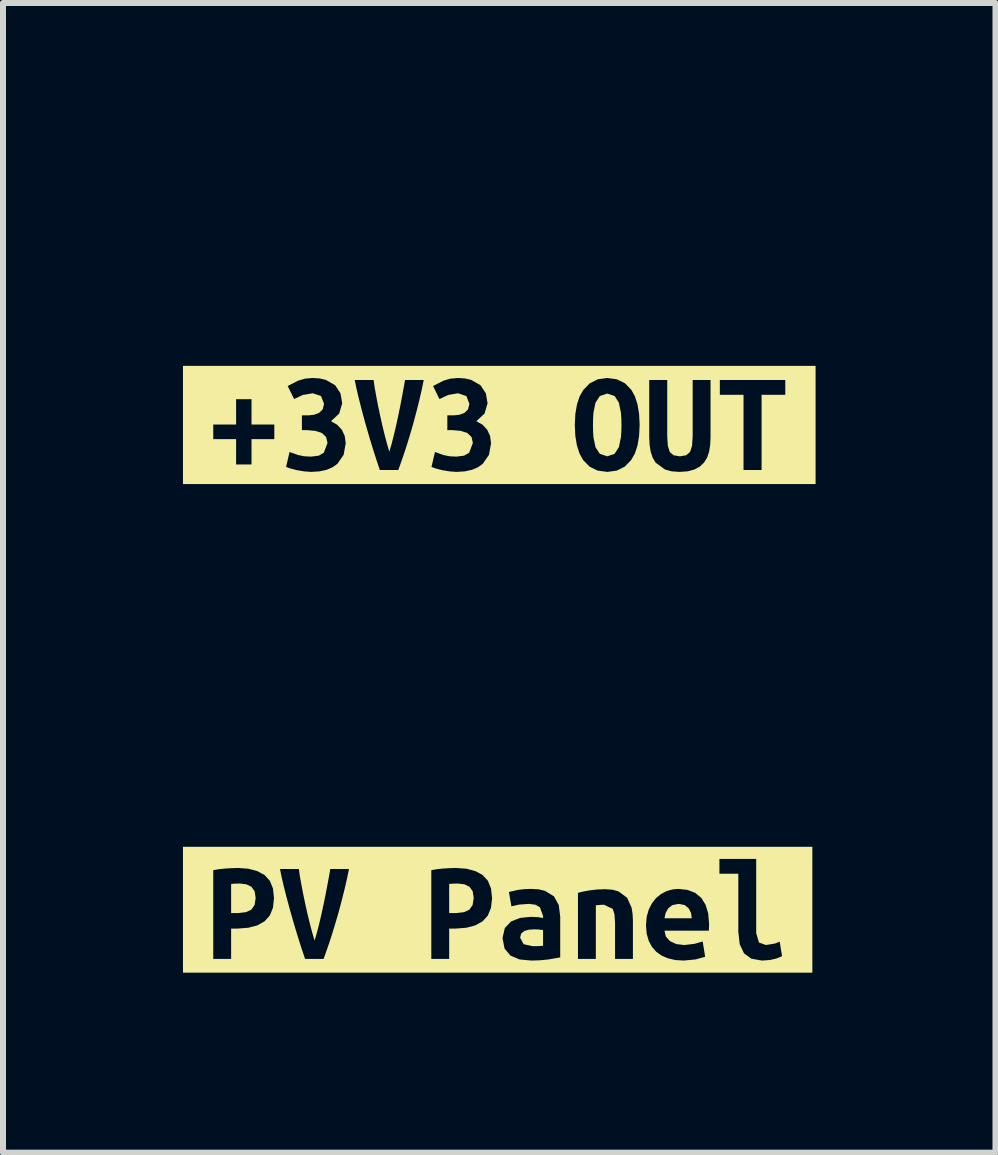
<source format=kicad_pcb>
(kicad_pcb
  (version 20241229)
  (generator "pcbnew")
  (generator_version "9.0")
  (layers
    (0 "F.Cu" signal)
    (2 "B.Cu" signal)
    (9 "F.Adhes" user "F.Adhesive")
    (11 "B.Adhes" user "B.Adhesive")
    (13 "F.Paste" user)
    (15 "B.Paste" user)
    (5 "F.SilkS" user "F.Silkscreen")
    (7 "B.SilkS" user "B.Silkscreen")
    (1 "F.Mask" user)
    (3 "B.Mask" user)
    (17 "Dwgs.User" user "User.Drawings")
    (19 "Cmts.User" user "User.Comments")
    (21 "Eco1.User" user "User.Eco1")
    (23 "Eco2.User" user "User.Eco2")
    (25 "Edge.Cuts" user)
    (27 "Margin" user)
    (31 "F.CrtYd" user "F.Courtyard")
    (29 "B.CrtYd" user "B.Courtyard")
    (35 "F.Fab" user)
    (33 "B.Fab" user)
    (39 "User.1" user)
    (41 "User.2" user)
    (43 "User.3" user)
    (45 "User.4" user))
  (footprint "kibuzzard-6761CDCC"
    (layer "F.Cu")
    (at 5.273 4.034)
    (property "Reference" "kibuzzard-6761CDCC" (at 0 -4.033 0) (layer "F.SilkS") (effects (font (size 0.001 0.001) (thickness 0.15))))
    (attr board_only exclude_from_pos_files exclude_from_bom)
    (fp_poly (pts (xy 1.562 0) (xy 1.564 0.106) (xy 1.57 0.205) (xy 1.604 0.371) (xy 1.676 0.482) (xy 1.799 0.523) (xy 1.922 0.482) (xy 1.994 0.37) (xy 2.028 0.204) (xy 2.035 0.105) (xy 2.037 0) (xy 2.035 -0.106) (xy 2.028 -0.205) (xy 1.994 -0.371) (xy 1.923 -0.482) (xy 1.799 -0.523) (xy 1.676 -0.482) (xy 1.604 -0.37) (xy 1.57 -0.204) (xy 1.564 -0.105) (xy 1.562 0)) (stroke (width 0) (type solid)) (fill yes) (layer "F.SilkS"))
    (fp_poly (pts (xy -4.768 -0.985) (xy -5.273 -0.985) (xy -5.273 0.985) (xy -4.768 0.985) (xy -4.13 0.985) (xy -4.13 0.659) (xy -4.387 0.659) (xy -4.387 0.237) (xy -4.768 0.237) (xy -4.768 -0.007) (xy -4.387 -0.007) (xy -4.387 -0.429) (xy -4.13 -0.429) (xy -4.13 -0.007) (xy -3.75 -0.007) (xy -3.75 0.237) (xy -4.13 0.237) (xy -4.13 0.659) (xy -4.13 0.985) (xy -3.137 0.985) (xy -3.137 0.783) (xy -3.254 0.774) (xy -3.373 0.754) (xy -3.479 0.727) (xy -3.554 0.7) (xy -3.496 0.451) (xy -3.351 0.502) (xy -3.254 0.522) (xy -3.139 0.528) (xy -3.009 0.512) (xy -2.925 0.463) (xy -2.863 0.3) (xy -2.887 0.2) (xy -2.958 0.134) (xy -3.065 0.099) (xy -3.197 0.087) (xy -3.29 0.087) (xy -3.29 -0.16) (xy -3.178 -0.16) (xy -3.086 -0.17) (xy -3.004 -0.201) (xy -2.944 -0.259) (xy -2.921 -0.351) (xy -2.971 -0.481) (xy -3.108 -0.528) (xy -3.276 -0.5) (xy -3.42 -0.431) (xy -3.527 -0.649) (xy -3.354 -0.738) (xy -3.239 -0.772) (xy -3.11 -0.783) (xy -2.992 -0.775) (xy -2.891 -0.751) (xy -2.737 -0.663) (xy -2.647 -0.528) (xy -2.618 -0.361) (xy -2.669 -0.189) (xy -2.805 -0.063) (xy -2.702 -0.003) (xy -2.624 0.08) (xy -2.576 0.184) (xy -2.56 0.305) (xy -2.594 0.497) (xy -2.698 0.648) (xy -2.778 0.705) (xy -2.878 0.748) (xy -2.997 0.774) (xy -3.137 0.783) (xy -3.137 0.985) (xy -1.991 0.985) (xy -1.991 0.751) (xy -2.051 0.573) (xy -2.114 0.373) (xy -2.157 0.233) (xy -2.198 0.093) (xy -2.238 -0.047) (xy -2.275 -0.184) (xy -2.31 -0.317) (xy -2.342 -0.443) (xy -2.382 -0.613) (xy -2.41 -0.749) (xy -2.095 -0.749) (xy -2.077 -0.623) (xy -2.051 -0.479) (xy -2.021 -0.322) (xy -1.987 -0.161) (xy -1.951 0.001) (xy -1.912 0.161) (xy -1.872 0.312) (xy -1.833 0.446) (xy -1.794 0.314) (xy -1.756 0.164) (xy -1.718 0.004) (xy -1.683 -0.159) (xy -1.65 -0.32) (xy -1.62 -0.477) (xy -1.593 -0.623) (xy -1.571 -0.749) (xy -1.259 -0.749) (xy -1.291 -0.595) (xy -1.33 -0.424) (xy -1.376 -0.24) (xy -1.427 -0.047) (xy -1.465 0.085) (xy -1.505 0.219) (xy -1.547 0.355) (xy -1.591 0.49) (xy -1.637 0.622) (xy -1.683 0.751) (xy -1.991 0.751) (xy -1.991 0.985) (xy -0.714 0.985) (xy -0.714 0.783) (xy -0.831 0.774) (xy -0.95 0.754) (xy -1.055 0.727) (xy -1.13 0.7) (xy -1.072 0.451) (xy -0.928 0.502) (xy -0.831 0.522) (xy -0.716 0.528) (xy -0.586 0.512) (xy -0.502 0.463) (xy -0.44 0.3) (xy -0.463 0.2) (xy -0.534 0.134) (xy -0.642 0.099) (xy -0.774 0.087) (xy -0.866 0.087) (xy -0.866 -0.16) (xy -0.755 -0.16) (xy -0.663 -0.17) (xy -0.58 -0.201) (xy -0.521 -0.259) (xy -0.498 -0.351) (xy -0.548 -0.481) (xy -0.685 -0.528) (xy -0.853 -0.5) (xy -0.997 -0.431) (xy -1.104 -0.649) (xy -0.931 -0.738) (xy -0.816 -0.772) (xy -0.687 -0.783) (xy -0.569 -0.775) (xy -0.468 -0.751) (xy -0.314 -0.663) (xy -0.224 -0.528) (xy -0.195 -0.361) (xy -0.246 -0.189) (xy -0.382 -0.063) (xy -0.278 -0.003) (xy -0.201 0.08) (xy -0.153 0.184) (xy -0.137 0.305) (xy -0.171 0.497) (xy -0.275 0.648) (xy -0.355 0.705) (xy -0.454 0.748) (xy -0.574 0.774) (xy -0.714 0.783) (xy -0.714 0.985) (xy 1.802 0.985) (xy 1.802 0.783) (xy 1.639 0.761) (xy 1.505 0.695) (xy 1.398 0.585) (xy 1.337 0.475) (xy 1.294 0.34) (xy 1.268 0.182) (xy 1.259 0) (xy 1.268 -0.182) (xy 1.295 -0.34) (xy 1.339 -0.475) (xy 1.402 -0.585) (xy 1.51 -0.695) (xy 1.642 -0.761) (xy 1.799 -0.783) (xy 1.961 -0.761) (xy 2.095 -0.695) (xy 2.202 -0.585) (xy 2.262 -0.475) (xy 2.305 -0.34) (xy 2.331 -0.182) (xy 2.34 0) (xy 2.331 0.182) (xy 2.305 0.34) (xy 2.261 0.475) (xy 2.199 0.585) (xy 2.092 0.695) (xy 1.96 0.761) (xy 1.802 0.783) (xy 1.802 0.985) (xy 3.006 0.985) (xy 3.006 0.783) (xy 2.872 0.773) (xy 2.763 0.743) (xy 2.606 0.628) (xy 2.557 0.545) (xy 2.524 0.446) (xy 2.506 0.333) (xy 2.5 0.208) (xy 2.5 -0.749) (xy 2.8 -0.749) (xy 2.8 0.189) (xy 2.81 0.348) (xy 2.842 0.451) (xy 2.907 0.506) (xy 3.011 0.523) (xy 3.115 0.506) (xy 3.181 0.45) (xy 3.214 0.345) (xy 3.224 0.187) (xy 3.224 -0.749) (xy 3.522 -0.749) (xy 3.522 0.208) (xy 3.516 0.333) (xy 3.498 0.446) (xy 3.465 0.545) (xy 3.413 0.628) (xy 3.343 0.694) (xy 3.253 0.743) (xy 3.142 0.773) (xy 3.006 0.783) (xy 3.006 0.985) (xy 4.373 0.985) (xy 4.373 0.751) (xy 4.072 0.751) (xy 4.072 -0.502) (xy 3.677 -0.502) (xy 3.677 -0.749) (xy 4.768 -0.749) (xy 4.768 -0.502) (xy 4.373 -0.502) (xy 4.373 0.751) (xy 4.373 0.985) (xy 4.768 0.985) (xy 5.273 0.985) (xy 5.273 -0.985) (xy 4.768 -0.985) (xy -4.768 -0.985)) (stroke (width 0) (type solid)) (fill yes) (layer "F.SilkS")))
  (footprint "kibuzzard-67280EE7"
    (layer "F.Cu")
    (at 5.246 12.116)
    (property "Reference" "kibuzzard-67280EE7" (at 0 -4.097 0) (layer "F.SilkS") (effects (font (size 0.001 0.001) (thickness 0.15))))
    (attr board_only exclude_from_pos_files exclude_from_bom)
    (fp_poly (pts (xy 3.236 0.142) (xy 3.224 0.053) (xy 3.185 -0.023) (xy 3.118 -0.078) (xy 3.016 -0.098) (xy 2.915 -0.079) (xy 2.845 -0.025) (xy 2.801 0.052) (xy 2.781 0.142) (xy 3.236 0.142)) (stroke (width 0) (type solid)) (fill yes) (layer "F.SilkS"))
    (fp_poly (pts (xy 0.583 0.607) (xy 0.677 0.606) (xy 0.757 0.6) (xy 0.757 0.338) (xy 0.687 0.33) (xy 0.612 0.326) (xy 0.522 0.332) (xy 0.446 0.353) (xy 0.394 0.394) (xy 0.374 0.464) (xy 0.433 0.574) (xy 0.583 0.607)) (stroke (width 0) (type solid)) (fill yes) (layer "F.SilkS"))
    (fp_poly (pts (xy -4.295 -0.437) (xy -4.369 -0.436) (xy -4.443 -0.43) (xy -4.443 0.055) (xy -4.322 0.055) (xy -4.196 0.04) (xy -4.106 -0.002) (xy -4.052 -0.08) (xy -4.034 -0.197) (xy -4.051 -0.309) (xy -4.105 -0.383) (xy -4.188 -0.424) (xy -4.295 -0.437)) (stroke (width 0) (type solid)) (fill yes) (layer "F.SilkS"))
    (fp_poly (pts (xy -0.66 -0.437) (xy -0.734 -0.436) (xy -0.808 -0.43) (xy -0.808 0.055) (xy -0.687 0.055) (xy -0.562 0.04) (xy -0.471 -0.002) (xy -0.417 -0.08) (xy -0.399 -0.197) (xy -0.416 -0.309) (xy -0.47 -0.383) (xy -0.553 -0.424) (xy -0.66 -0.437)) (stroke (width 0) (type solid)) (fill yes) (layer "F.SilkS"))
    (fp_poly (pts (xy -4.741 -1.049) (xy -5.246 -1.049) (xy -5.246 1.049) (xy -4.741 1.049) (xy -4.443 1.049) (xy -4.443 0.82) (xy -4.741 0.82) (xy -4.741 -0.66) (xy -4.643 -0.677) (xy -4.533 -0.688) (xy -4.424 -0.694) (xy -4.329 -0.697) (xy -4.153 -0.684) (xy -4.005 -0.644) (xy -3.886 -0.579) (xy -3.798 -0.484) (xy -3.746 -0.356) (xy -3.728 -0.195) (xy -3.746 -0.032) (xy -3.799 0.097) (xy -3.887 0.194) (xy -4.007 0.261) (xy -4.157 0.3) (xy -4.336 0.314) (xy -4.443 0.314) (xy -4.443 0.82) (xy -4.443 1.049) (xy -3.21 1.049) (xy -3.21 0.82) (xy -3.27 0.642) (xy -3.333 0.442) (xy -3.376 0.302) (xy -3.417 0.162) (xy -3.457 0.022) (xy -3.494 -0.115) (xy -3.529 -0.247) (xy -3.561 -0.374) (xy -3.601 -0.544) (xy -3.629 -0.68) (xy -3.314 -0.68) (xy -3.296 -0.554) (xy -3.27 -0.41) (xy -3.24 -0.253) (xy -3.206 -0.092) (xy -3.17 0.07) (xy -3.131 0.23) (xy -3.091 0.381) (xy -3.052 0.515) (xy -3.013 0.383) (xy -2.975 0.233) (xy -2.937 0.073) (xy -2.902 -0.09) (xy -2.869 -0.251) (xy -2.839 -0.408) (xy -2.812 -0.554) (xy -2.79 -0.68) (xy -2.478 -0.68) (xy -2.51 -0.526) (xy -2.549 -0.355) (xy -2.595 -0.171) (xy -2.646 0.022) (xy -2.684 0.154) (xy -2.724 0.288) (xy -2.766 0.424) (xy -2.81 0.559) (xy -2.856 0.691) (xy -2.902 0.82) (xy -3.21 0.82) (xy -3.21 1.049) (xy -0.808 1.049) (xy -0.808 0.82) (xy -1.106 0.82) (xy -1.106 -0.66) (xy -1.008 -0.677) (xy -0.898 -0.688) (xy -0.789 -0.694) (xy -0.694 -0.697) (xy -0.518 -0.684) (xy -0.37 -0.644) (xy -0.251 -0.579) (xy -0.163 -0.484) (xy -0.111 -0.356) (xy -0.093 -0.195) (xy -0.111 -0.032) (xy -0.164 0.097) (xy -0.252 0.194) (xy -0.373 0.261) (xy -0.522 0.3) (xy -0.702 0.314) (xy -0.808 0.314) (xy -0.808 0.82) (xy -0.808 1.049) (xy 0.561 1.049) (xy 0.561 0.847) (xy 0.363 0.828) (xy 0.212 0.763) (xy 0.115 0.647) (xy 0.081 0.471) (xy 0.12 0.304) (xy 0.224 0.195) (xy 0.374 0.136) (xy 0.551 0.118) (xy 0.661 0.122) (xy 0.757 0.137) (xy 0.757 0.101) (xy 0.704 -0.041) (xy 0.631 -0.084) (xy 0.52 -0.098) (xy 0.356 -0.086) (xy 0.229 -0.057) (xy 0.188 -0.297) (xy 0.345 -0.332) (xy 0.449 -0.344) (xy 0.556 -0.348) (xy 0.685 -0.34) (xy 0.79 -0.315) (xy 0.939 -0.223) (xy 1.019 -0.078) (xy 1.043 0.115) (xy 1.043 0.794) (xy 0.849 0.828) (xy 0.713 0.842) (xy 0.561 0.847) (xy 0.561 1.049) (xy 2.255 1.049) (xy 2.255 0.82) (xy 1.957 0.82) (xy 1.957 0.217) (xy 1.948 0.079) (xy 1.92 -0.013) (xy 1.773 -0.084) (xy 1.706 -0.081) (xy 1.637 -0.074) (xy 1.637 0.82) (xy 1.339 0.82) (xy 1.339 -0.282) (xy 1.428 -0.304) (xy 1.536 -0.324) (xy 1.659 -0.338) (xy 1.792 -0.343) (xy 1.916 -0.334) (xy 2.017 -0.305) (xy 2.159 -0.199) (xy 2.233 -0.034) (xy 2.249 0.067) (xy 2.255 0.178) (xy 2.255 0.82) (xy 2.255 1.049) (xy 3.098 1.049) (xy 3.098 0.847) (xy 2.96 0.838) (xy 2.838 0.809) (xy 2.731 0.763) (xy 2.641 0.698) (xy 2.57 0.615) (xy 2.517 0.515) (xy 2.484 0.397) (xy 2.473 0.261) (xy 2.484 0.119) (xy 2.519 -0.004) (xy 2.572 -0.108) (xy 2.64 -0.194) (xy 2.721 -0.261) (xy 2.812 -0.309) (xy 2.91 -0.338) (xy 3.011 -0.348) (xy 3.165 -0.331) (xy 3.293 -0.282) (xy 3.394 -0.199) (xy 3.466 -0.084) (xy 3.51 0.061) (xy 3.525 0.236) (xy 3.523 0.297) (xy 3.52 0.348) (xy 2.781 0.348) (xy 2.804 0.447) (xy 2.873 0.523) (xy 2.978 0.572) (xy 3.11 0.588) (xy 3.281 0.568) (xy 3.418 0.529) (xy 3.459 0.784) (xy 3.294 0.829) (xy 3.098 0.847) (xy 3.098 1.049) (xy 4.407 1.049) (xy 4.407 0.847) (xy 4.229 0.816) (xy 4.106 0.725) (xy 4.035 0.574) (xy 4.012 0.367) (xy 4.012 -0.6) (xy 3.697 -0.6) (xy 3.697 -0.847) (xy 4.31 -0.847) (xy 4.31 0.389) (xy 4.356 0.546) (xy 4.472 0.588) (xy 4.622 0.563) (xy 4.702 0.532) (xy 4.741 0.772) (xy 4.708 0.789) (xy 4.642 0.814) (xy 4.541 0.837) (xy 4.407 0.847) (xy 4.407 1.049) (xy 4.741 1.049) (xy 5.246 1.049) (xy 5.246 -1.049) (xy 4.741 -1.049) (xy -4.741 -1.049)) (stroke (width 0) (type solid)) (fill yes) (layer "F.SilkS")))
  (gr_rect
    (start -3 -3)
    (end 13.545 16.165)
    (stroke (width 0.1) (type default))
    (fill no)
    (layer "Edge.Cuts")))
</source>
